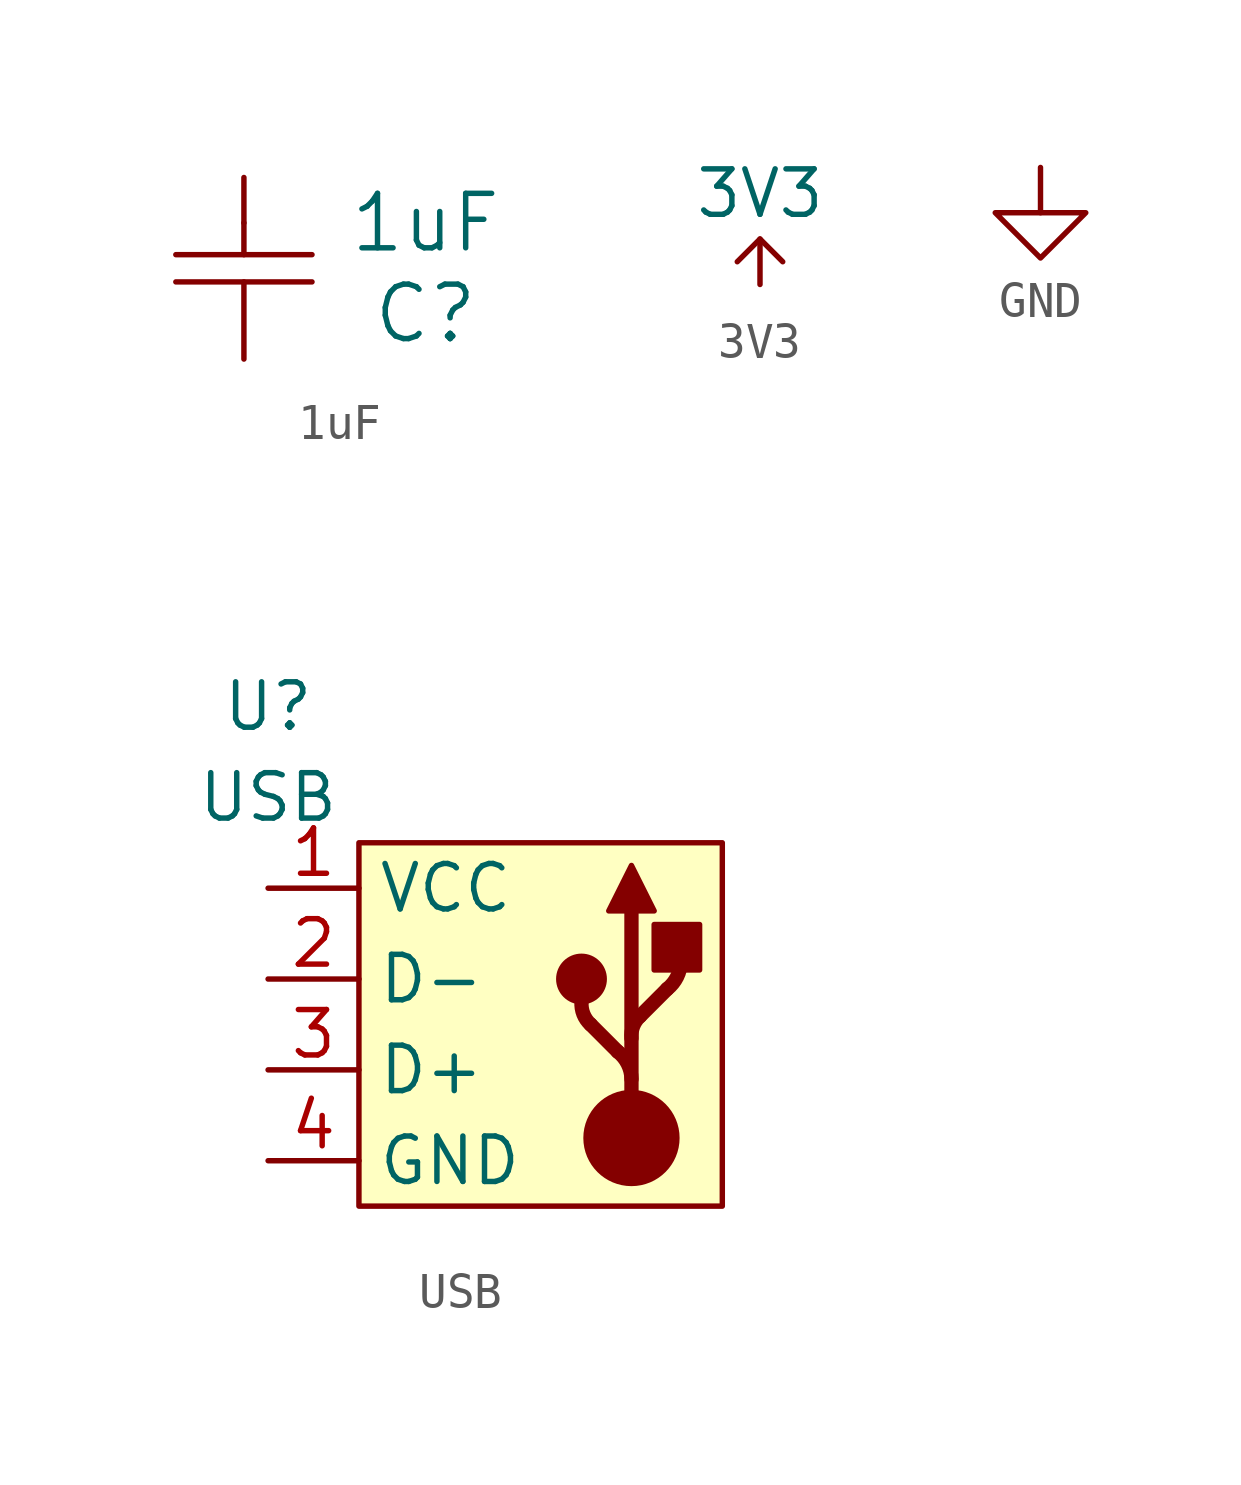
<source format=kicad_sym>
(kicad_symbol_lib
  (version 20211014)
  (generator kicad_symbol_editor)
  (symbol "1uF"
    (pin_numbers hide)
    (pin_names
      (offset 1.016) hide)
    (property "Reference" "C"
      (at 5.08 -1.27 0)
      (effects (font (size 1.524 1.524))))
    (property "Value" "1uF"
      (at 5.08 1.27 0)
      (effects (font (size 1.524 1.524))))
    (symbol "1uF_0_1"
      (polyline (pts (xy 0 1.27) (xy 0 1.27)) (stroke (width 0) (type default) (color 0 0 0 0)) (fill (type none)))
      (polyline (pts (xy 1.905 -0.381) (xy -1.905 -0.381)) (stroke (width 0) (type default) (color 0 0 0 0)) (fill (type none)))
      (polyline (pts (xy 1.905 0.381) (xy -1.905 0.381)) (stroke (width 0) (type default) (color 0 0 0 0)) (fill (type none))))
    (symbol "1uF_1_1"
      (pin input line (at 0 -2.54 90) (length 2.159) (name "~" (effects (font (size 1.27 1.27)))) (number "1" (effects (font (size 1.27 1.27)))))
      (pin input line (at 0 2.54 270) (length 2.159) (name "~" (effects (font (size 1.27 1.27)))) (number "2" (effects (font (size 1.27 1.27)))))))
  (symbol "3V3"
    (power)
    (pin_numbers hide)
    (pin_names hide)
    (property "Reference" "U"
      (at 0 0 0)
      (effects (font (size 1.27 1.27)) hide))
    (property "Value" "3V3"
      (at 0 2.54 0)
      (effects (font (size 1.27 1.27))))
    (symbol "3V3_0_1"
      (polyline (pts (xy -0.635 0.635) (xy 0 1.27) (xy 0.635 0.635)) (stroke (width 0.152) (type default) (color 0 0 0 0)) (fill (type none))))
    (symbol "3V3_1_1"
      (pin power_out line (at 0 0 90) (length 1.27) (name "" (effects (font (size 1.27 1.27)))) (number "" (effects (font (size 1.27 1.27)))))))
  (symbol "GND"
    (power)
    (pin_numbers hide)
    (pin_names
      (offset 0) hide)
    (property "Reference" "GND"
      (at 0 2.54 0)
      (effects (font (size 1.27 1.27)) hide))
    (symbol "GND_0_1"
      (polyline (pts (xy -1.27 -1.27) (xy 1.27 -1.27) (xy 0 -2.54) (xy -1.27 -1.27)) (stroke (width 0.152) (type default) (color 0 0 0 0)) (fill (type none))))
    (symbol "GND_1_1"
      (pin power_in line (at 0 0 270) (length 1.27) (name "" (effects (font (size 1.27 1.27)))) (number "GND" (effects (font (size 1.27 1.27)))))))
  (symbol "USB"
    (property "Reference" "U"
      (at 0 5.08 0)
      (effects (font (size 1.27 1.27))))
    (property "Value" "USB"
      (at 0 2.54 0)
      (effects (font (size 1.27 1.27))))
    (symbol "USB_0_0"
      (text "" (at 8.255 0 0) (effects (font (size 1.27 1.27)))))
    (symbol "USB_0_1"
      (polyline (pts (xy 9.017 -3.81) (xy 9.779 -4.572)) (stroke (width 0.4) (type default) (color 0 0 0 0)) (fill (type none)))
      (polyline (pts (xy 10.16 -0.635) (xy 10.16 -5.715)) (stroke (width 0.4) (type default) (color 0 0 0 0)) (fill (type none)))
      (polyline (pts (xy 10.398 -3.58) (xy 11.16 -2.818)) (stroke (width 0.4) (type default) (color 0 0 0 0)) (fill (type none)))
      (polyline (pts (xy 9.525 -0.635) (xy 10.795 -0.635) (xy 10.16 0.635) (xy 9.525 -0.635)) (stroke (width 0.152) (type default) (color 0 0 0 0)) (fill (type outline)))
      (rectangle (start 2.54 1.27) (end 12.7 -8.89) (stroke (width 0.152) (type default) (color 0 0 0 0)) (fill (type background)))
      (arc (start 8.763 -3.175) (mid 8.817 -3.5217) (end 9.017 -3.81) (stroke (width 0.4) (type default) (color 0 0 0 0)) (fill (type none)))
      (circle (center 8.763 -2.54) (radius 0.635) (stroke (width 0.152) (type default) (color 0 0 0 0)) (fill (type outline)))
      (circle (center 10.16 -6.985) (radius 1.27) (stroke (width 0.152) (type default) (color 0 0 0 0)) (fill (type outline)))
      (arc (start 10.16 -5.334) (mid 10.0547 -4.9104) (end 9.779 -4.572) (stroke (width 0.4) (type default) (color 0 0 0 0)) (fill (type none)))
      (arc (start 10.398 -3.5798) (mid 10.2087 -3.858) (end 10.16 -4.191) (stroke (width 0.4) (type default) (color 0 0 0 0)) (fill (type none)))
      (rectangle (start 10.795 -2.286) (end 12.065 -1.016) (stroke (width 0.152) (type default) (color 0 0 0 0)) (fill (type outline)))
      (arc (start 11.16 -2.8178) (mid 11.4357 -2.4794) (end 11.541 -2.0558) (stroke (width 0.4) (type default) (color 0 0 0 0)) (fill (type none))))
    (symbol "USB_1_1"
      (pin power_in line (at 0 0 0) (length 2.54) (name "VCC" (effects (font (size 1.27 1.27)))) (number "1" (effects (font (size 1.27 1.27)))))
      (pin bidirectional line (at 0 -2.54 0) (length 2.54) (name "D-" (effects (font (size 1.27 1.27)))) (number "2" (effects (font (size 1.27 1.27)))))
      (pin bidirectional line (at 0 -5.08 0) (length 2.54) (name "D+" (effects (font (size 1.27 1.27)))) (number "3" (effects (font (size 1.27 1.27)))))
      (pin power_out line (at 0 -7.62 0) (length 2.54) (name "GND" (effects (font (size 1.27 1.27)))) (number "4" (effects (font (size 1.27 1.27))))))))
</source>
